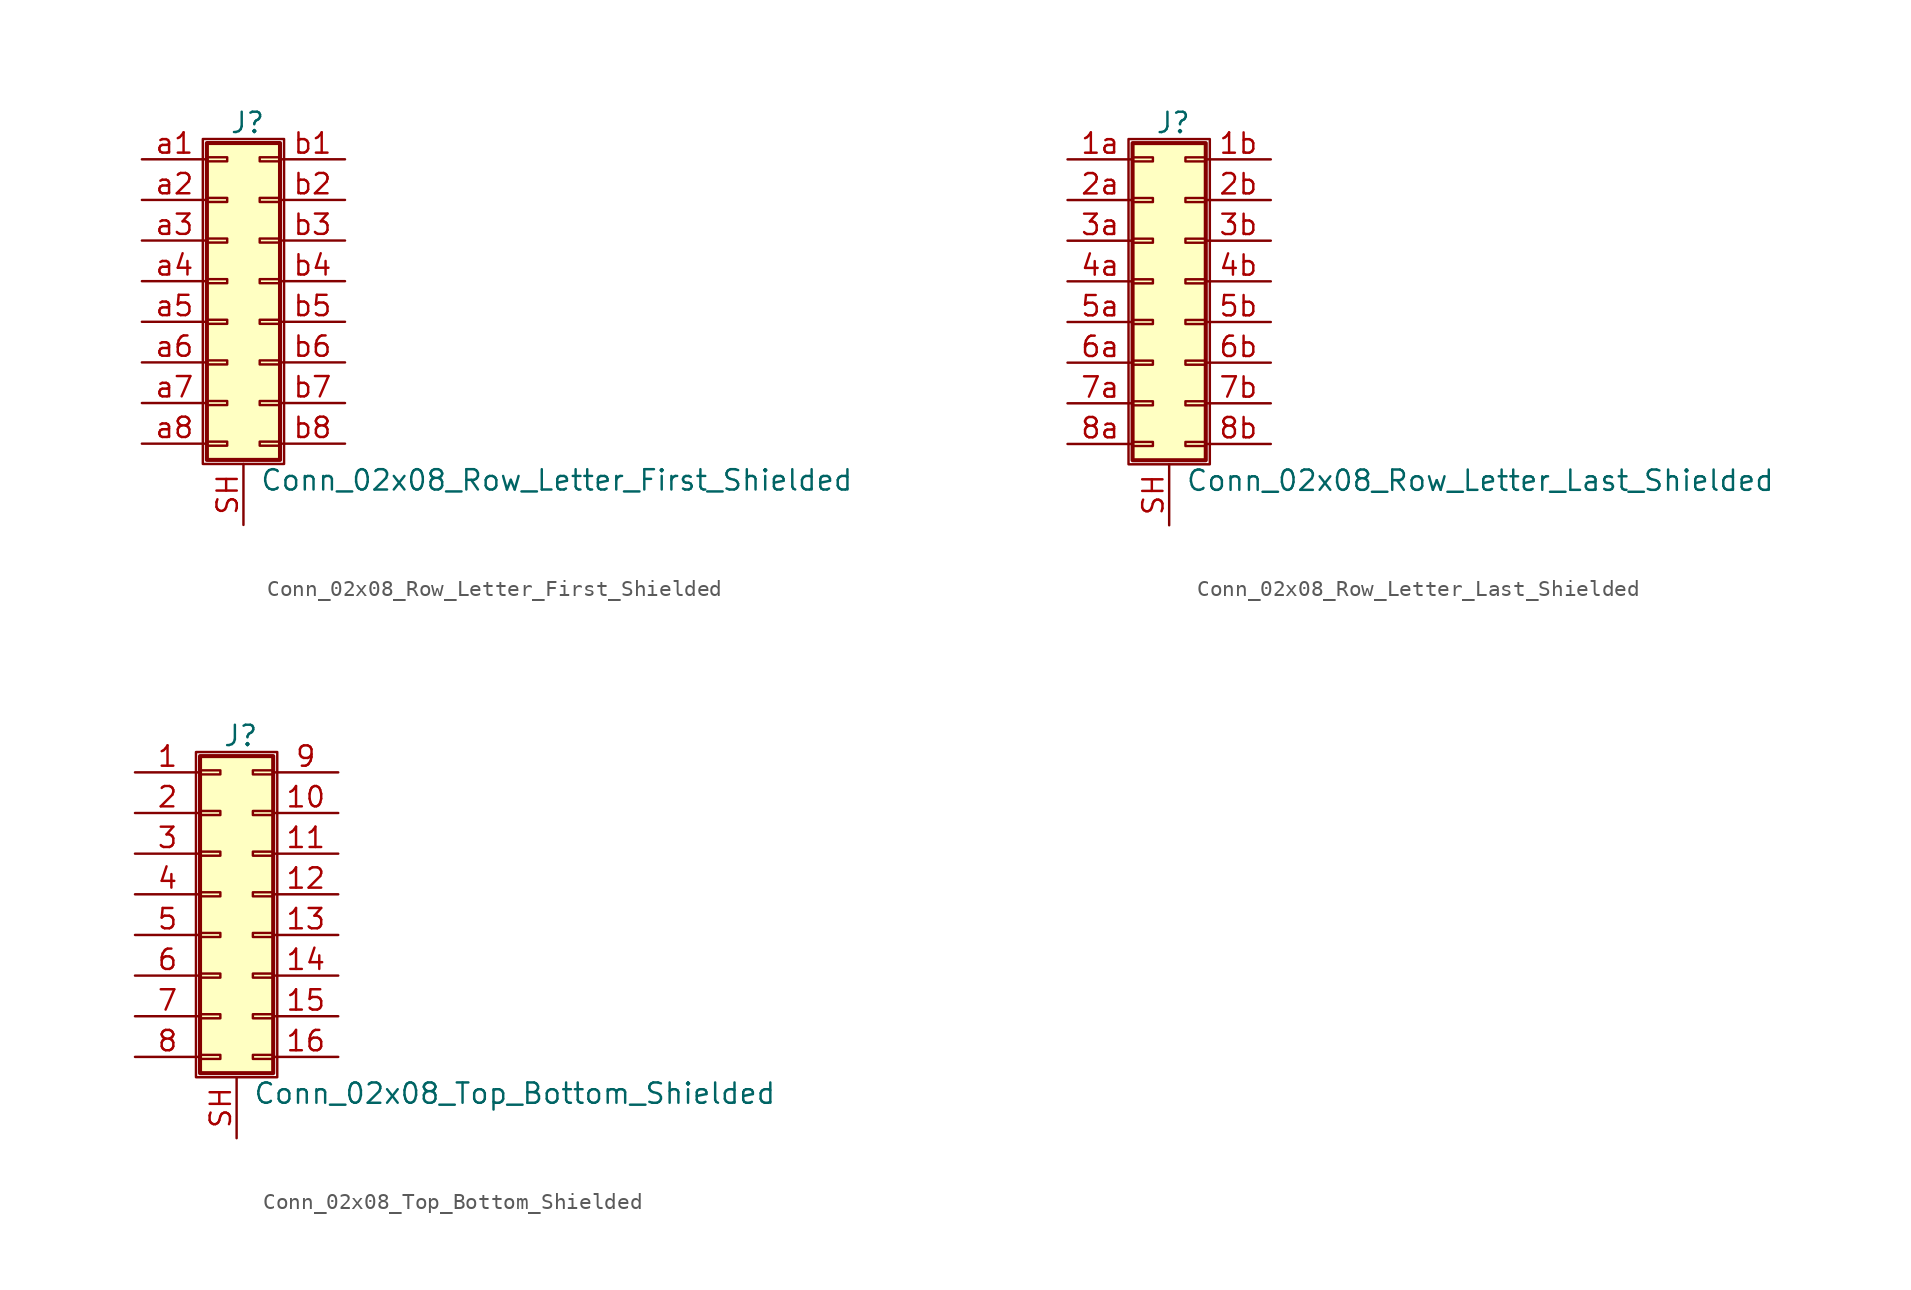
<source format=kicad_sym>
(kicad_symbol_lib
  (version 20201005)
  (generator kicad_symbol_editor)
  (symbol "Connector_Generic_Shielded:Conn_02x08_Row_Letter_First_Shielded"
    (pin_names
      (offset 1.016) hide)
    (property "Reference" "J"
      (at 1.524 9.906 0)
      (effects (font (size 1.27 1.27))))
    (property "Value" "Conn_02x08_Row_Letter_First_Shielded"
      (at 2.286 -12.446 0)
      (effects (font (size 1.27 1.27)) (justify left)))
    (symbol "Conn_02x08_Row_Letter_First_Shielded_1_1"
      (rectangle (start -1.016 -4.953) (end 0.254 -5.207) (stroke (width 0.152)) (fill (type none)))
      (rectangle (start -1.016 -7.493) (end 0.254 -7.747) (stroke (width 0.152)) (fill (type none)))
      (rectangle (start -1.016 -10.033) (end 0.254 -10.287) (stroke (width 0.152)) (fill (type none)))
      (rectangle (start -1.016 -2.413) (end 0.254 -2.667) (stroke (width 0.152)) (fill (type none)))
      (rectangle (start -1.016 2.667) (end 0.254 2.413) (stroke (width 0.152)) (fill (type none)))
      (rectangle (start -1.016 5.207) (end 0.254 4.953) (stroke (width 0.152)) (fill (type none)))
      (rectangle (start -1.016 7.747) (end 0.254 7.493) (stroke (width 0.152)) (fill (type none)))
      (rectangle (start -1.016 8.636) (end 3.556 -11.176) (stroke (width 0.254)) (fill (type background)))
      (rectangle (start -1.016 0.127) (end 0.254 -0.127) (stroke (width 0.152)) (fill (type none)))
      (rectangle (start -1.27 8.89) (end 3.81 -11.43) (stroke (width 0.152)) (fill (type none)))
      (rectangle (start 3.556 -4.953) (end 2.286 -5.207) (stroke (width 0.152)) (fill (type none)))
      (rectangle (start 3.556 -7.493) (end 2.286 -7.747) (stroke (width 0.152)) (fill (type none)))
      (rectangle (start 3.556 -10.033) (end 2.286 -10.287) (stroke (width 0.152)) (fill (type none)))
      (rectangle (start 3.556 -2.413) (end 2.286 -2.667) (stroke (width 0.152)) (fill (type none)))
      (rectangle (start 3.556 2.667) (end 2.286 2.413) (stroke (width 0.152)) (fill (type none)))
      (rectangle (start 3.556 5.207) (end 2.286 4.953) (stroke (width 0.152)) (fill (type none)))
      (rectangle (start 3.556 7.747) (end 2.286 7.493) (stroke (width 0.152)) (fill (type none)))
      (rectangle (start 3.556 0.127) (end 2.286 -0.127) (stroke (width 0.152)) (fill (type none)))
      (pin passive line (at -5.08 7.62 0) (length 4.064) (name "Pin_a1" (effects (font (size 1.27 1.27)))) (number "a1" (effects (font (size 1.27 1.27)))))
      (pin passive line (at -5.08 5.08 0) (length 4.064) (name "Pin_a2" (effects (font (size 1.27 1.27)))) (number "a2" (effects (font (size 1.27 1.27)))))
      (pin passive line (at -5.08 2.54 0) (length 4.064) (name "Pin_a3" (effects (font (size 1.27 1.27)))) (number "a3" (effects (font (size 1.27 1.27)))))
      (pin passive line (at -5.08 0 0) (length 4.064) (name "Pin_a4" (effects (font (size 1.27 1.27)))) (number "a4" (effects (font (size 1.27 1.27)))))
      (pin passive line (at -5.08 -2.54 0) (length 4.064) (name "Pin_a5" (effects (font (size 1.27 1.27)))) (number "a5" (effects (font (size 1.27 1.27)))))
      (pin passive line (at -5.08 -5.08 0) (length 4.064) (name "Pin_a6" (effects (font (size 1.27 1.27)))) (number "a6" (effects (font (size 1.27 1.27)))))
      (pin passive line (at -5.08 -7.62 0) (length 4.064) (name "Pin_a7" (effects (font (size 1.27 1.27)))) (number "a7" (effects (font (size 1.27 1.27)))))
      (pin passive line (at -5.08 -10.16 0) (length 4.064) (name "Pin_a8" (effects (font (size 1.27 1.27)))) (number "a8" (effects (font (size 1.27 1.27)))))
      (pin passive line (at 7.62 7.62 180) (length 4.064) (name "Pin_b1" (effects (font (size 1.27 1.27)))) (number "b1" (effects (font (size 1.27 1.27)))))
      (pin passive line (at 7.62 5.08 180) (length 4.064) (name "Pin_b2" (effects (font (size 1.27 1.27)))) (number "b2" (effects (font (size 1.27 1.27)))))
      (pin passive line (at 7.62 2.54 180) (length 4.064) (name "Pin_b3" (effects (font (size 1.27 1.27)))) (number "b3" (effects (font (size 1.27 1.27)))))
      (pin passive line (at 7.62 0 180) (length 4.064) (name "Pin_b4" (effects (font (size 1.27 1.27)))) (number "b4" (effects (font (size 1.27 1.27)))))
      (pin passive line (at 7.62 -2.54 180) (length 4.064) (name "Pin_b5" (effects (font (size 1.27 1.27)))) (number "b5" (effects (font (size 1.27 1.27)))))
      (pin passive line (at 7.62 -5.08 180) (length 4.064) (name "Pin_b6" (effects (font (size 1.27 1.27)))) (number "b6" (effects (font (size 1.27 1.27)))))
      (pin passive line (at 7.62 -7.62 180) (length 4.064) (name "Pin_b7" (effects (font (size 1.27 1.27)))) (number "b7" (effects (font (size 1.27 1.27)))))
      (pin passive line (at 7.62 -10.16 180) (length 4.064) (name "Pin_b8" (effects (font (size 1.27 1.27)))) (number "b8" (effects (font (size 1.27 1.27)))))
      (pin passive line (at 1.27 -15.24 90) (length 3.81) (name "Shield" (effects (font (size 1.27 1.27)))) (number "SH" (effects (font (size 1.27 1.27)))))))
  (symbol "Connector_Generic_Shielded:Conn_02x08_Row_Letter_Last_Shielded"
    (pin_names
      (offset 1.016) hide)
    (property "Reference" "J"
      (at 1.524 9.906 0)
      (effects (font (size 1.27 1.27))))
    (property "Value" "Conn_02x08_Row_Letter_Last_Shielded"
      (at 2.286 -12.446 0)
      (effects (font (size 1.27 1.27)) (justify left)))
    (symbol "Conn_02x08_Row_Letter_Last_Shielded_1_1"
      (rectangle (start -1.016 -4.953) (end 0.254 -5.207) (stroke (width 0.152)) (fill (type none)))
      (rectangle (start -1.016 -7.493) (end 0.254 -7.747) (stroke (width 0.152)) (fill (type none)))
      (rectangle (start -1.016 -10.033) (end 0.254 -10.287) (stroke (width 0.152)) (fill (type none)))
      (rectangle (start -1.016 -2.413) (end 0.254 -2.667) (stroke (width 0.152)) (fill (type none)))
      (rectangle (start -1.016 2.667) (end 0.254 2.413) (stroke (width 0.152)) (fill (type none)))
      (rectangle (start -1.016 5.207) (end 0.254 4.953) (stroke (width 0.152)) (fill (type none)))
      (rectangle (start -1.016 7.747) (end 0.254 7.493) (stroke (width 0.152)) (fill (type none)))
      (rectangle (start -1.016 8.636) (end 3.556 -11.176) (stroke (width 0.254)) (fill (type background)))
      (rectangle (start -1.016 0.127) (end 0.254 -0.127) (stroke (width 0.152)) (fill (type none)))
      (rectangle (start -1.27 8.89) (end 3.81 -11.43) (stroke (width 0.152)) (fill (type none)))
      (rectangle (start 3.556 -4.953) (end 2.286 -5.207) (stroke (width 0.152)) (fill (type none)))
      (rectangle (start 3.556 -7.493) (end 2.286 -7.747) (stroke (width 0.152)) (fill (type none)))
      (rectangle (start 3.556 -10.033) (end 2.286 -10.287) (stroke (width 0.152)) (fill (type none)))
      (rectangle (start 3.556 -2.413) (end 2.286 -2.667) (stroke (width 0.152)) (fill (type none)))
      (rectangle (start 3.556 2.667) (end 2.286 2.413) (stroke (width 0.152)) (fill (type none)))
      (rectangle (start 3.556 5.207) (end 2.286 4.953) (stroke (width 0.152)) (fill (type none)))
      (rectangle (start 3.556 7.747) (end 2.286 7.493) (stroke (width 0.152)) (fill (type none)))
      (rectangle (start 3.556 0.127) (end 2.286 -0.127) (stroke (width 0.152)) (fill (type none)))
      (pin passive line (at -5.08 7.62 0) (length 4.064) (name "Pin_1a" (effects (font (size 1.27 1.27)))) (number "1a" (effects (font (size 1.27 1.27)))))
      (pin passive line (at 7.62 7.62 180) (length 4.064) (name "Pin_1b" (effects (font (size 1.27 1.27)))) (number "1b" (effects (font (size 1.27 1.27)))))
      (pin passive line (at -5.08 5.08 0) (length 4.064) (name "Pin_2a" (effects (font (size 1.27 1.27)))) (number "2a" (effects (font (size 1.27 1.27)))))
      (pin passive line (at 7.62 5.08 180) (length 4.064) (name "Pin_2b" (effects (font (size 1.27 1.27)))) (number "2b" (effects (font (size 1.27 1.27)))))
      (pin passive line (at -5.08 2.54 0) (length 4.064) (name "Pin_3a" (effects (font (size 1.27 1.27)))) (number "3a" (effects (font (size 1.27 1.27)))))
      (pin passive line (at 7.62 2.54 180) (length 4.064) (name "Pin_3b" (effects (font (size 1.27 1.27)))) (number "3b" (effects (font (size 1.27 1.27)))))
      (pin passive line (at -5.08 0 0) (length 4.064) (name "Pin_4a" (effects (font (size 1.27 1.27)))) (number "4a" (effects (font (size 1.27 1.27)))))
      (pin passive line (at 7.62 0 180) (length 4.064) (name "Pin_4b" (effects (font (size 1.27 1.27)))) (number "4b" (effects (font (size 1.27 1.27)))))
      (pin passive line (at -5.08 -2.54 0) (length 4.064) (name "Pin_5a" (effects (font (size 1.27 1.27)))) (number "5a" (effects (font (size 1.27 1.27)))))
      (pin passive line (at 7.62 -2.54 180) (length 4.064) (name "Pin_5b" (effects (font (size 1.27 1.27)))) (number "5b" (effects (font (size 1.27 1.27)))))
      (pin passive line (at -5.08 -5.08 0) (length 4.064) (name "Pin_6a" (effects (font (size 1.27 1.27)))) (number "6a" (effects (font (size 1.27 1.27)))))
      (pin passive line (at 7.62 -5.08 180) (length 4.064) (name "Pin_6b" (effects (font (size 1.27 1.27)))) (number "6b" (effects (font (size 1.27 1.27)))))
      (pin passive line (at -5.08 -7.62 0) (length 4.064) (name "Pin_7a" (effects (font (size 1.27 1.27)))) (number "7a" (effects (font (size 1.27 1.27)))))
      (pin passive line (at 7.62 -7.62 180) (length 4.064) (name "Pin_7b" (effects (font (size 1.27 1.27)))) (number "7b" (effects (font (size 1.27 1.27)))))
      (pin passive line (at -5.08 -10.16 0) (length 4.064) (name "Pin_8a" (effects (font (size 1.27 1.27)))) (number "8a" (effects (font (size 1.27 1.27)))))
      (pin passive line (at 7.62 -10.16 180) (length 4.064) (name "Pin_8b" (effects (font (size 1.27 1.27)))) (number "8b" (effects (font (size 1.27 1.27)))))
      (pin passive line (at 1.27 -15.24 90) (length 3.81) (name "Shield" (effects (font (size 1.27 1.27)))) (number "SH" (effects (font (size 1.27 1.27)))))))
  (symbol "Connector_Generic_Shielded:Conn_02x08_Top_Bottom_Shielded"
    (pin_names
      (offset 1.016) hide)
    (property "Reference" "J"
      (at 1.524 9.906 0)
      (effects (font (size 1.27 1.27))))
    (property "Value" "Conn_02x08_Top_Bottom_Shielded"
      (at 2.286 -12.446 0)
      (effects (font (size 1.27 1.27)) (justify left)))
    (symbol "Conn_02x08_Top_Bottom_Shielded_1_1"
      (rectangle (start -1.016 -4.953) (end 0.254 -5.207) (stroke (width 0.152)) (fill (type none)))
      (rectangle (start -1.016 -7.493) (end 0.254 -7.747) (stroke (width 0.152)) (fill (type none)))
      (rectangle (start -1.016 -10.033) (end 0.254 -10.287) (stroke (width 0.152)) (fill (type none)))
      (rectangle (start -1.016 -2.413) (end 0.254 -2.667) (stroke (width 0.152)) (fill (type none)))
      (rectangle (start -1.016 2.667) (end 0.254 2.413) (stroke (width 0.152)) (fill (type none)))
      (rectangle (start -1.016 5.207) (end 0.254 4.953) (stroke (width 0.152)) (fill (type none)))
      (rectangle (start -1.016 7.747) (end 0.254 7.493) (stroke (width 0.152)) (fill (type none)))
      (rectangle (start -1.016 8.636) (end 3.556 -11.176) (stroke (width 0.254)) (fill (type background)))
      (rectangle (start -1.016 0.127) (end 0.254 -0.127) (stroke (width 0.152)) (fill (type none)))
      (rectangle (start -1.27 8.89) (end 3.81 -11.43) (stroke (width 0.152)) (fill (type none)))
      (rectangle (start 3.556 -4.953) (end 2.286 -5.207) (stroke (width 0.152)) (fill (type none)))
      (rectangle (start 3.556 -7.493) (end 2.286 -7.747) (stroke (width 0.152)) (fill (type none)))
      (rectangle (start 3.556 -10.033) (end 2.286 -10.287) (stroke (width 0.152)) (fill (type none)))
      (rectangle (start 3.556 -2.413) (end 2.286 -2.667) (stroke (width 0.152)) (fill (type none)))
      (rectangle (start 3.556 2.667) (end 2.286 2.413) (stroke (width 0.152)) (fill (type none)))
      (rectangle (start 3.556 5.207) (end 2.286 4.953) (stroke (width 0.152)) (fill (type none)))
      (rectangle (start 3.556 7.747) (end 2.286 7.493) (stroke (width 0.152)) (fill (type none)))
      (rectangle (start 3.556 0.127) (end 2.286 -0.127) (stroke (width 0.152)) (fill (type none)))
      (pin passive line (at -5.08 7.62 0) (length 4.064) (name "Pin_1" (effects (font (size 1.27 1.27)))) (number "1" (effects (font (size 1.27 1.27)))))
      (pin passive line (at 7.62 5.08 180) (length 4.064) (name "Pin_10" (effects (font (size 1.27 1.27)))) (number "10" (effects (font (size 1.27 1.27)))))
      (pin passive line (at 7.62 2.54 180) (length 4.064) (name "Pin_11" (effects (font (size 1.27 1.27)))) (number "11" (effects (font (size 1.27 1.27)))))
      (pin passive line (at 7.62 0 180) (length 4.064) (name "Pin_12" (effects (font (size 1.27 1.27)))) (number "12" (effects (font (size 1.27 1.27)))))
      (pin passive line (at 7.62 -2.54 180) (length 4.064) (name "Pin_13" (effects (font (size 1.27 1.27)))) (number "13" (effects (font (size 1.27 1.27)))))
      (pin passive line (at 7.62 -5.08 180) (length 4.064) (name "Pin_14" (effects (font (size 1.27 1.27)))) (number "14" (effects (font (size 1.27 1.27)))))
      (pin passive line (at 7.62 -7.62 180) (length 4.064) (name "Pin_15" (effects (font (size 1.27 1.27)))) (number "15" (effects (font (size 1.27 1.27)))))
      (pin passive line (at 7.62 -10.16 180) (length 4.064) (name "Pin_16" (effects (font (size 1.27 1.27)))) (number "16" (effects (font (size 1.27 1.27)))))
      (pin passive line (at -5.08 5.08 0) (length 4.064) (name "Pin_2" (effects (font (size 1.27 1.27)))) (number "2" (effects (font (size 1.27 1.27)))))
      (pin passive line (at -5.08 2.54 0) (length 4.064) (name "Pin_3" (effects (font (size 1.27 1.27)))) (number "3" (effects (font (size 1.27 1.27)))))
      (pin passive line (at -5.08 0 0) (length 4.064) (name "Pin_4" (effects (font (size 1.27 1.27)))) (number "4" (effects (font (size 1.27 1.27)))))
      (pin passive line (at -5.08 -2.54 0) (length 4.064) (name "Pin_5" (effects (font (size 1.27 1.27)))) (number "5" (effects (font (size 1.27 1.27)))))
      (pin passive line (at -5.08 -5.08 0) (length 4.064) (name "Pin_6" (effects (font (size 1.27 1.27)))) (number "6" (effects (font (size 1.27 1.27)))))
      (pin passive line (at -5.08 -7.62 0) (length 4.064) (name "Pin_7" (effects (font (size 1.27 1.27)))) (number "7" (effects (font (size 1.27 1.27)))))
      (pin passive line (at -5.08 -10.16 0) (length 4.064) (name "Pin_8" (effects (font (size 1.27 1.27)))) (number "8" (effects (font (size 1.27 1.27)))))
      (pin passive line (at 7.62 7.62 180) (length 4.064) (name "Pin_9" (effects (font (size 1.27 1.27)))) (number "9" (effects (font (size 1.27 1.27)))))
      (pin passive line (at 1.27 -15.24 90) (length 3.81) (name "Shield" (effects (font (size 1.27 1.27)))) (number "SH" (effects (font (size 1.27 1.27))))))))
</source>
